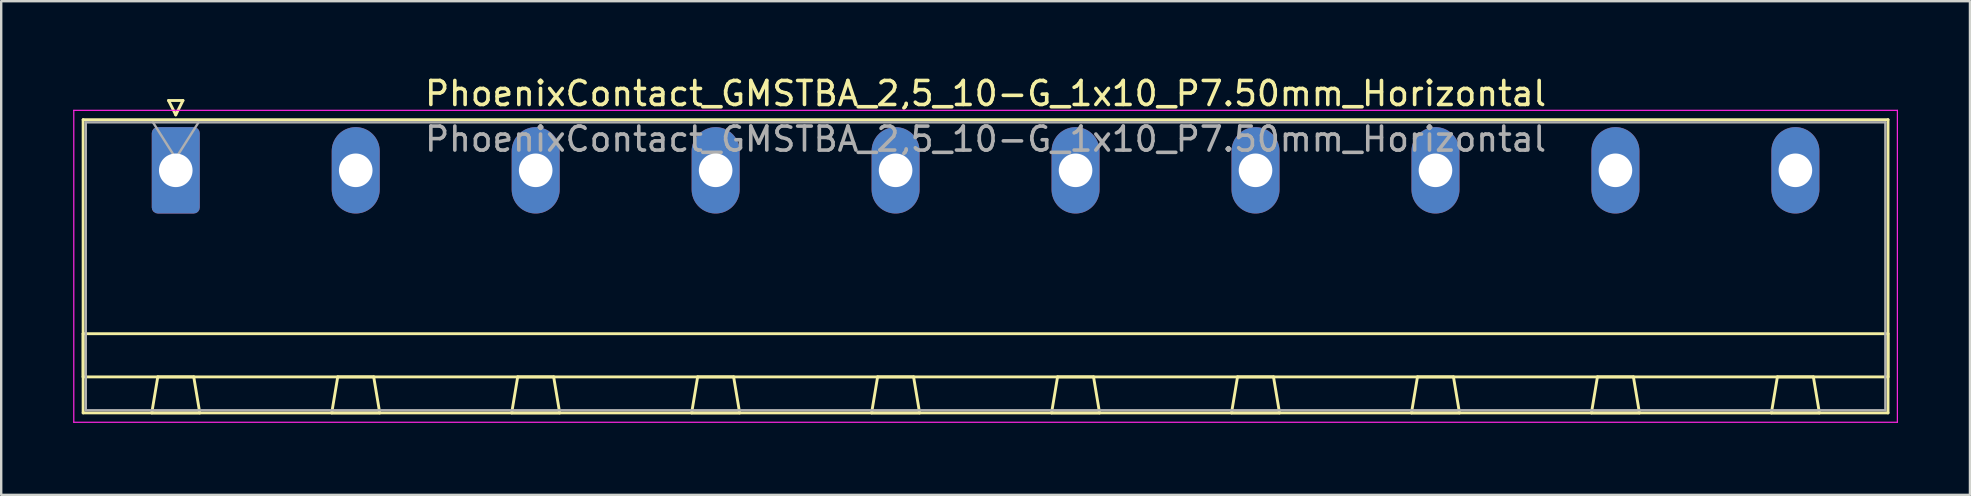
<source format=kicad_pcb>
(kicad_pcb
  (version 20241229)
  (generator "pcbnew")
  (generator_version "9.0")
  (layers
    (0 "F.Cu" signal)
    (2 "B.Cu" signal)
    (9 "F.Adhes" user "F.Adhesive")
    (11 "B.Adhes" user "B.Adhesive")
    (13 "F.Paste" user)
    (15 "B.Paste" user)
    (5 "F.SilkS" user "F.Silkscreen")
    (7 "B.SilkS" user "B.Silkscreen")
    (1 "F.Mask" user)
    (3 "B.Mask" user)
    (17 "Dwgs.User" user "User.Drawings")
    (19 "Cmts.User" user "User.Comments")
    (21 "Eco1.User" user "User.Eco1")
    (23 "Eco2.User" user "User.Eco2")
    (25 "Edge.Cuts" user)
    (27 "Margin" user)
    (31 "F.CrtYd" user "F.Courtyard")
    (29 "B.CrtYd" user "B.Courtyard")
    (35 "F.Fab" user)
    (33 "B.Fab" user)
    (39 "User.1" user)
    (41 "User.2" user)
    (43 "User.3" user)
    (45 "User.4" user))
  (footprint "PhoenixContact_GMSTBA_2,5_10-G_1x10_P7.50mm_Horizontal"
    (layer "F.Cu")
    (at 4.275 4.048)
    (property "Reference" "PhoenixContact_GMSTBA_2,5_10-G_1x10_P7.50mm_Horizontal" (at 33.75 -3.2 0) (layer "F.SilkS") (effects (font (size 1 1) (thickness 0.15))))
    (attr through_hole)
    (fp_line (start -3.86 -2.11) (end -3.86 10.11) (stroke (width 0.12) (type solid)) (layer "F.SilkS"))
    (fp_line (start -3.86 6.81) (end 71.36 6.81) (stroke (width 0.12) (type solid)) (layer "F.SilkS"))
    (fp_line (start -3.86 8.61) (end -3.86 6.81) (stroke (width 0.12) (type solid)) (layer "F.SilkS"))
    (fp_line (start -3.86 10.11) (end 71.36 10.11) (stroke (width 0.12) (type solid)) (layer "F.SilkS"))
    (fp_line (start -1 10.11) (end 1 10.11) (stroke (width 0.12) (type solid)) (layer "F.SilkS"))
    (fp_line (start -0.75 8.61) (end -1 10.11) (stroke (width 0.12) (type solid)) (layer "F.SilkS"))
    (fp_line (start -0.3 -2.91) (end 0.3 -2.91) (stroke (width 0.12) (type solid)) (layer "F.SilkS"))
    (fp_line (start 0 -2.31) (end -0.3 -2.91) (stroke (width 0.12) (type solid)) (layer "F.SilkS"))
    (fp_line (start 0.3 -2.91) (end 0 -2.31) (stroke (width 0.12) (type solid)) (layer "F.SilkS"))
    (fp_line (start 0.75 8.61) (end -0.75 8.61) (stroke (width 0.12) (type solid)) (layer "F.SilkS"))
    (fp_line (start 1 10.11) (end 0.75 8.61) (stroke (width 0.12) (type solid)) (layer "F.SilkS"))
    (fp_line (start 6.5 10.11) (end 8.5 10.11) (stroke (width 0.12) (type solid)) (layer "F.SilkS"))
    (fp_line (start 6.75 8.61) (end 6.5 10.11) (stroke (width 0.12) (type solid)) (layer "F.SilkS"))
    (fp_line (start 8.25 8.61) (end 6.75 8.61) (stroke (width 0.12) (type solid)) (layer "F.SilkS"))
    (fp_line (start 8.5 10.11) (end 8.25 8.61) (stroke (width 0.12) (type solid)) (layer "F.SilkS"))
    (fp_line (start 14 10.11) (end 16 10.11) (stroke (width 0.12) (type solid)) (layer "F.SilkS"))
    (fp_line (start 14.25 8.61) (end 14 10.11) (stroke (width 0.12) (type solid)) (layer "F.SilkS"))
    (fp_line (start 15.75 8.61) (end 14.25 8.61) (stroke (width 0.12) (type solid)) (layer "F.SilkS"))
    (fp_line (start 16 10.11) (end 15.75 8.61) (stroke (width 0.12) (type solid)) (layer "F.SilkS"))
    (fp_line (start 21.5 10.11) (end 23.5 10.11) (stroke (width 0.12) (type solid)) (layer "F.SilkS"))
    (fp_line (start 21.75 8.61) (end 21.5 10.11) (stroke (width 0.12) (type solid)) (layer "F.SilkS"))
    (fp_line (start 23.25 8.61) (end 21.75 8.61) (stroke (width 0.12) (type solid)) (layer "F.SilkS"))
    (fp_line (start 23.5 10.11) (end 23.25 8.61) (stroke (width 0.12) (type solid)) (layer "F.SilkS"))
    (fp_line (start 29 10.11) (end 31 10.11) (stroke (width 0.12) (type solid)) (layer "F.SilkS"))
    (fp_line (start 29.25 8.61) (end 29 10.11) (stroke (width 0.12) (type solid)) (layer "F.SilkS"))
    (fp_line (start 30.75 8.61) (end 29.25 8.61) (stroke (width 0.12) (type solid)) (layer "F.SilkS"))
    (fp_line (start 31 10.11) (end 30.75 8.61) (stroke (width 0.12) (type solid)) (layer "F.SilkS"))
    (fp_line (start 36.5 10.11) (end 38.5 10.11) (stroke (width 0.12) (type solid)) (layer "F.SilkS"))
    (fp_line (start 36.75 8.61) (end 36.5 10.11) (stroke (width 0.12) (type solid)) (layer "F.SilkS"))
    (fp_line (start 38.25 8.61) (end 36.75 8.61) (stroke (width 0.12) (type solid)) (layer "F.SilkS"))
    (fp_line (start 38.5 10.11) (end 38.25 8.61) (stroke (width 0.12) (type solid)) (layer "F.SilkS"))
    (fp_line (start 44 10.11) (end 46 10.11) (stroke (width 0.12) (type solid)) (layer "F.SilkS"))
    (fp_line (start 44.25 8.61) (end 44 10.11) (stroke (width 0.12) (type solid)) (layer "F.SilkS"))
    (fp_line (start 45.75 8.61) (end 44.25 8.61) (stroke (width 0.12) (type solid)) (layer "F.SilkS"))
    (fp_line (start 46 10.11) (end 45.75 8.61) (stroke (width 0.12) (type solid)) (layer "F.SilkS"))
    (fp_line (start 51.5 10.11) (end 53.5 10.11) (stroke (width 0.12) (type solid)) (layer "F.SilkS"))
    (fp_line (start 51.75 8.61) (end 51.5 10.11) (stroke (width 0.12) (type solid)) (layer "F.SilkS"))
    (fp_line (start 53.25 8.61) (end 51.75 8.61) (stroke (width 0.12) (type solid)) (layer "F.SilkS"))
    (fp_line (start 53.5 10.11) (end 53.25 8.61) (stroke (width 0.12) (type solid)) (layer "F.SilkS"))
    (fp_line (start 59 10.11) (end 61 10.11) (stroke (width 0.12) (type solid)) (layer "F.SilkS"))
    (fp_line (start 59.25 8.61) (end 59 10.11) (stroke (width 0.12) (type solid)) (layer "F.SilkS"))
    (fp_line (start 60.75 8.61) (end 59.25 8.61) (stroke (width 0.12) (type solid)) (layer "F.SilkS"))
    (fp_line (start 61 10.11) (end 60.75 8.61) (stroke (width 0.12) (type solid)) (layer "F.SilkS"))
    (fp_line (start 66.5 10.11) (end 68.5 10.11) (stroke (width 0.12) (type solid)) (layer "F.SilkS"))
    (fp_line (start 66.75 8.61) (end 66.5 10.11) (stroke (width 0.12) (type solid)) (layer "F.SilkS"))
    (fp_line (start 68.25 8.61) (end 66.75 8.61) (stroke (width 0.12) (type solid)) (layer "F.SilkS"))
    (fp_line (start 68.5 10.11) (end 68.25 8.61) (stroke (width 0.12) (type solid)) (layer "F.SilkS"))
    (fp_line (start 71.36 -2.11) (end -3.86 -2.11) (stroke (width 0.12) (type solid)) (layer "F.SilkS"))
    (fp_line (start 71.36 6.81) (end 71.36 8.61) (stroke (width 0.12) (type solid)) (layer "F.SilkS"))
    (fp_line (start 71.36 8.61) (end -3.86 8.61) (stroke (width 0.12) (type solid)) (layer "F.SilkS"))
    (fp_line (start 71.36 10.11) (end 71.36 -2.11) (stroke (width 0.12) (type solid)) (layer "F.SilkS"))
    (fp_line (start -4.25 -2.5) (end -4.25 10.5) (stroke (width 0.05) (type solid)) (layer "F.CrtYd"))
    (fp_line (start -4.25 10.5) (end 71.75 10.5) (stroke (width 0.05) (type solid)) (layer "F.CrtYd"))
    (fp_line (start 71.75 -2.5) (end -4.25 -2.5) (stroke (width 0.05) (type solid)) (layer "F.CrtYd"))
    (fp_line (start 71.75 10.5) (end 71.75 -2.5) (stroke (width 0.05) (type solid)) (layer "F.CrtYd"))
    (fp_line (start -3.75 -2) (end -3.75 10) (stroke (width 0.1) (type solid)) (layer "F.Fab"))
    (fp_line (start -3.75 10) (end 71.25 10) (stroke (width 0.1) (type solid)) (layer "F.Fab"))
    (fp_line (start 0 -0.5) (end -0.95 -2) (stroke (width 0.1) (type solid)) (layer "F.Fab"))
    (fp_line (start 0.95 -2) (end 0 -0.5) (stroke (width 0.1) (type solid)) (layer "F.Fab"))
    (fp_line (start 71.25 -2) (end -3.75 -2) (stroke (width 0.1) (type solid)) (layer "F.Fab"))
    (fp_line (start 71.25 10) (end 71.25 -2) (stroke (width 0.1) (type solid)) (layer "F.Fab"))
    (fp_text user "${REFERENCE}" (at 33.75 -1.3 0) (layer "F.Fab") (effects (font (size 1 1) (thickness 0.15))))
    (pad "1" thru_hole roundrect (at 0 0) (size 2 3.6) (drill 1.4) (layers "*.Cu" "*.Mask") (roundrect_rratio 0.125))
    (pad "2" thru_hole oval (at 7.5 0) (size 2 3.6) (drill 1.4) (layers "*.Cu" "*.Mask"))
    (pad "3" thru_hole oval (at 15 0) (size 2 3.6) (drill 1.4) (layers "*.Cu" "*.Mask"))
    (pad "4" thru_hole oval (at 22.5 0) (size 2 3.6) (drill 1.4) (layers "*.Cu" "*.Mask"))
    (pad "5" thru_hole oval (at 30 0) (size 2 3.6) (drill 1.4) (layers "*.Cu" "*.Mask"))
    (pad "6" thru_hole oval (at 37.5 0) (size 2 3.6) (drill 1.4) (layers "*.Cu" "*.Mask"))
    (pad "7" thru_hole oval (at 45 0) (size 2 3.6) (drill 1.4) (layers "*.Cu" "*.Mask"))
    (pad "8" thru_hole oval (at 52.5 0) (size 2 3.6) (drill 1.4) (layers "*.Cu" "*.Mask"))
    (pad "9" thru_hole oval (at 60 0) (size 2 3.6) (drill 1.4) (layers "*.Cu" "*.Mask"))
    (pad "10" thru_hole oval (at 67.5 0) (size 2 3.6) (drill 1.4) (layers "*.Cu" "*.Mask")))
  (gr_rect
    (start -3 -3)
    (end 79.05 17.573)
    (stroke (width 0.1) (type default))
    (fill no)
    (layer "Edge.Cuts")))
</source>
